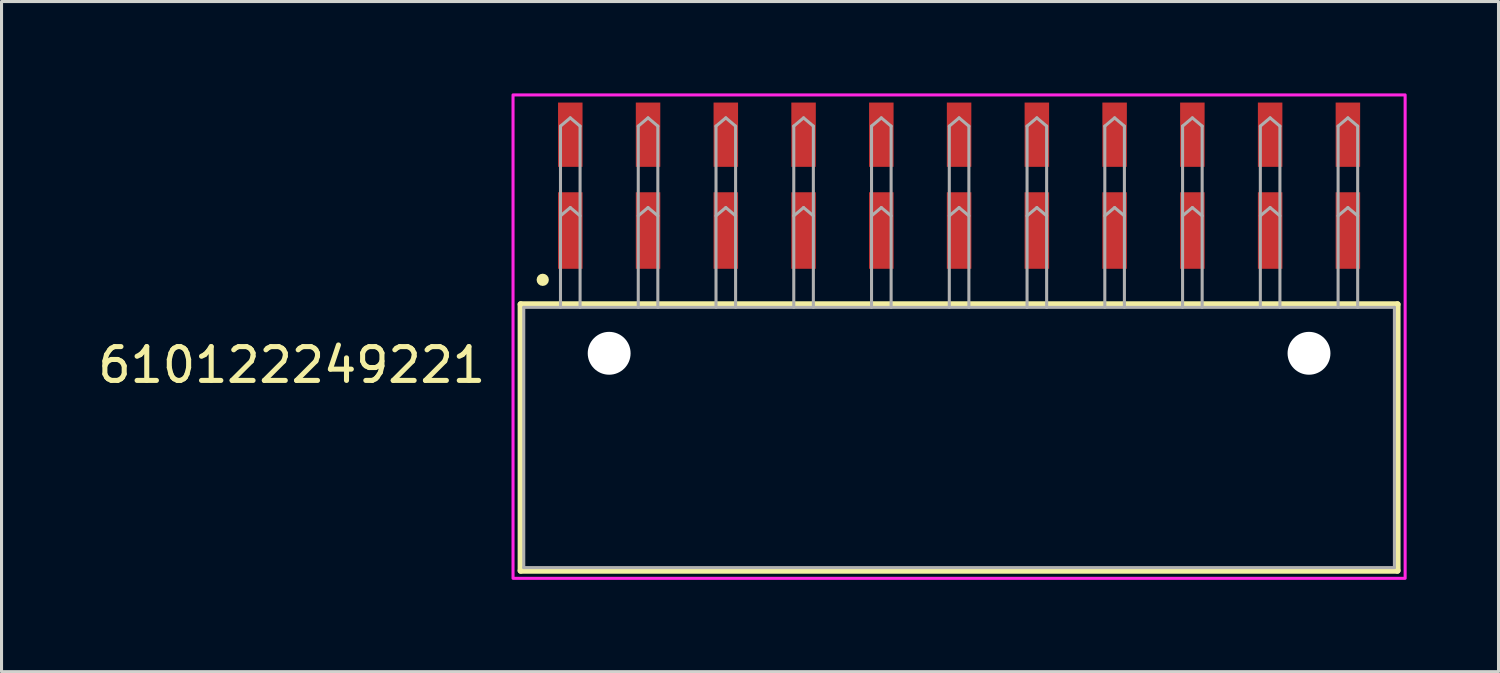
<source format=kicad_pcb>
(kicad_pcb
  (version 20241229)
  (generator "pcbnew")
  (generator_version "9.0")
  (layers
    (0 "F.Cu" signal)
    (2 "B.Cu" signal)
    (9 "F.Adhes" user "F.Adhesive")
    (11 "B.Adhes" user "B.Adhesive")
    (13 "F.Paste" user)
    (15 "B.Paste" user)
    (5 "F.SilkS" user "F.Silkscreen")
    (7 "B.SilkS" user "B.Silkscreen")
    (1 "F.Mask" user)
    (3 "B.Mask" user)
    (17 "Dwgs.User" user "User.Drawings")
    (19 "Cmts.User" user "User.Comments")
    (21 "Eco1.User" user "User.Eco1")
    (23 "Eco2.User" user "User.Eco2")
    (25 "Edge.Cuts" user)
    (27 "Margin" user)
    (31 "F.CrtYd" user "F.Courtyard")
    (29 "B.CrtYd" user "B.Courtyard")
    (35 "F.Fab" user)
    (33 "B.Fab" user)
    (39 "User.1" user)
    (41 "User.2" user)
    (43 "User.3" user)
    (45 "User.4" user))
  (footprint "610122249221"
    (layer "F.Cu")
    (at 28.278 11.24)
    (property "Reference" "610122249221" (at -15.376 -1.72 0) (unlocked yes) (layer "F.SilkS") (effects (font (size 1.105 1.105) (thickness 0.165)) (justify right bottom)))
    (fp_line (start -14.32 -4.35) (end 14.32 -4.35) (stroke (width 0.2) (type solid)) (layer "F.SilkS"))
    (fp_line (start -14.32 4.35) (end -14.32 -4.35) (stroke (width 0.2) (type solid)) (layer "F.SilkS"))
    (fp_line (start 14.32 -4.35) (end 14.32 4.35) (stroke (width 0.2) (type solid)) (layer "F.SilkS"))
    (fp_line (start 14.32 4.35) (end -14.32 4.35) (stroke (width 0.2) (type solid)) (layer "F.SilkS"))
    (fp_circle (center -13.6 -5.15) (end -13.5 -5.15) (stroke (width 0.2) (type solid)) (fill no) (layer "F.SilkS"))
    (fp_poly (pts (xy 14.57 4.6) (xy -14.57 4.6) (xy -14.57 -11.19) (xy 14.57 -11.19)) (stroke (width 0.1) (type default)) (fill no) (layer "F.CrtYd"))
    (fp_line (start -14.22 -4.25) (end -14.22 4.25) (stroke (width 0.1) (type solid)) (layer "F.Fab"))
    (fp_line (start -13.02 -10.17) (end -13.02 -4.25) (stroke (width 0.1) (type solid)) (layer "F.Fab"))
    (fp_line (start -13.02 -10.17) (end -12.7 -10.44) (stroke (width 0.1) (type solid)) (layer "F.Fab"))
    (fp_line (start -13.02 -7.24) (end -12.7 -7.51) (stroke (width 0.1) (type solid)) (layer "F.Fab"))
    (fp_line (start -12.7 -10.44) (end -12.38 -10.17) (stroke (width 0.1) (type solid)) (layer "F.Fab"))
    (fp_line (start -12.7 -7.51) (end -12.38 -7.24) (stroke (width 0.1) (type solid)) (layer "F.Fab"))
    (fp_line (start -12.38 -10.17) (end -12.38 -4.25) (stroke (width 0.1) (type solid)) (layer "F.Fab"))
    (fp_line (start -10.48 -10.17) (end -10.48 -4.25) (stroke (width 0.1) (type solid)) (layer "F.Fab"))
    (fp_line (start -10.48 -10.17) (end -10.16 -10.44) (stroke (width 0.1) (type solid)) (layer "F.Fab"))
    (fp_line (start -10.48 -7.24) (end -10.16 -7.51) (stroke (width 0.1) (type solid)) (layer "F.Fab"))
    (fp_line (start -10.16 -10.44) (end -9.84 -10.17) (stroke (width 0.1) (type solid)) (layer "F.Fab"))
    (fp_line (start -10.16 -7.51) (end -9.84 -7.24) (stroke (width 0.1) (type solid)) (layer "F.Fab"))
    (fp_line (start -9.84 -10.17) (end -9.84 -4.25) (stroke (width 0.1) (type solid)) (layer "F.Fab"))
    (fp_line (start -7.94 -10.17) (end -7.94 -4.25) (stroke (width 0.1) (type solid)) (layer "F.Fab"))
    (fp_line (start -7.94 -10.17) (end -7.62 -10.44) (stroke (width 0.1) (type solid)) (layer "F.Fab"))
    (fp_line (start -7.94 -7.24) (end -7.62 -7.51) (stroke (width 0.1) (type solid)) (layer "F.Fab"))
    (fp_line (start -7.62 -10.44) (end -7.3 -10.17) (stroke (width 0.1) (type solid)) (layer "F.Fab"))
    (fp_line (start -7.62 -7.51) (end -7.3 -7.24) (stroke (width 0.1) (type solid)) (layer "F.Fab"))
    (fp_line (start -7.3 -10.17) (end -7.3 -4.25) (stroke (width 0.1) (type solid)) (layer "F.Fab"))
    (fp_line (start -5.4 -10.17) (end -5.4 -4.25) (stroke (width 0.1) (type solid)) (layer "F.Fab"))
    (fp_line (start -5.4 -10.17) (end -5.08 -10.44) (stroke (width 0.1) (type solid)) (layer "F.Fab"))
    (fp_line (start -5.4 -7.24) (end -5.08 -7.51) (stroke (width 0.1) (type solid)) (layer "F.Fab"))
    (fp_line (start -5.08 -10.44) (end -4.76 -10.17) (stroke (width 0.1) (type solid)) (layer "F.Fab"))
    (fp_line (start -5.08 -7.51) (end -4.76 -7.24) (stroke (width 0.1) (type solid)) (layer "F.Fab"))
    (fp_line (start -4.76 -10.17) (end -4.76 -4.25) (stroke (width 0.1) (type solid)) (layer "F.Fab"))
    (fp_line (start -2.86 -10.17) (end -2.86 -4.25) (stroke (width 0.1) (type solid)) (layer "F.Fab"))
    (fp_line (start -2.86 -10.17) (end -2.54 -10.44) (stroke (width 0.1) (type solid)) (layer "F.Fab"))
    (fp_line (start -2.86 -7.24) (end -2.54 -7.51) (stroke (width 0.1) (type solid)) (layer "F.Fab"))
    (fp_line (start -2.54 -10.44) (end -2.22 -10.17) (stroke (width 0.1) (type solid)) (layer "F.Fab"))
    (fp_line (start -2.54 -7.51) (end -2.22 -7.24) (stroke (width 0.1) (type solid)) (layer "F.Fab"))
    (fp_line (start -2.22 -10.17) (end -2.22 -4.25) (stroke (width 0.1) (type solid)) (layer "F.Fab"))
    (fp_line (start -0.32 -10.17) (end -0.32 -4.25) (stroke (width 0.1) (type solid)) (layer "F.Fab"))
    (fp_line (start -0.32 -10.17) (end 0 -10.44) (stroke (width 0.1) (type solid)) (layer "F.Fab"))
    (fp_line (start -0.32 -7.24) (end 0 -7.51) (stroke (width 0.1) (type solid)) (layer "F.Fab"))
    (fp_line (start 0 -10.44) (end 0.32 -10.17) (stroke (width 0.1) (type solid)) (layer "F.Fab"))
    (fp_line (start 0 -7.51) (end 0.32 -7.24) (stroke (width 0.1) (type solid)) (layer "F.Fab"))
    (fp_line (start 0.32 -10.17) (end 0.32 -4.25) (stroke (width 0.1) (type solid)) (layer "F.Fab"))
    (fp_line (start 2.22 -10.17) (end 2.22 -4.25) (stroke (width 0.1) (type solid)) (layer "F.Fab"))
    (fp_line (start 2.22 -10.17) (end 2.54 -10.44) (stroke (width 0.1) (type solid)) (layer "F.Fab"))
    (fp_line (start 2.22 -7.24) (end 2.54 -7.51) (stroke (width 0.1) (type solid)) (layer "F.Fab"))
    (fp_line (start 2.22 -4.25) (end -14.22 -4.25) (stroke (width 0.1) (type solid)) (layer "F.Fab"))
    (fp_line (start 2.54 -10.44) (end 2.86 -10.17) (stroke (width 0.1) (type solid)) (layer "F.Fab"))
    (fp_line (start 2.54 -7.51) (end 2.86 -7.24) (stroke (width 0.1) (type solid)) (layer "F.Fab"))
    (fp_line (start 2.86 -10.17) (end 2.86 -4.25) (stroke (width 0.1) (type solid)) (layer "F.Fab"))
    (fp_line (start 2.86 -4.25) (end 2.22 -4.25) (stroke (width 0.1) (type solid)) (layer "F.Fab"))
    (fp_line (start 4.76 -10.17) (end 4.76 -4.25) (stroke (width 0.1) (type solid)) (layer "F.Fab"))
    (fp_line (start 4.76 -10.17) (end 5.08 -10.44) (stroke (width 0.1) (type solid)) (layer "F.Fab"))
    (fp_line (start 4.76 -7.24) (end 5.08 -7.51) (stroke (width 0.1) (type solid)) (layer "F.Fab"))
    (fp_line (start 5.08 -10.44) (end 5.4 -10.17) (stroke (width 0.1) (type solid)) (layer "F.Fab"))
    (fp_line (start 5.08 -7.51) (end 5.4 -7.24) (stroke (width 0.1) (type solid)) (layer "F.Fab"))
    (fp_line (start 5.4 -10.17) (end 5.4 -4.25) (stroke (width 0.1) (type solid)) (layer "F.Fab"))
    (fp_line (start 7.3 -10.17) (end 7.3 -4.25) (stroke (width 0.1) (type solid)) (layer "F.Fab"))
    (fp_line (start 7.3 -10.17) (end 7.62 -10.44) (stroke (width 0.1) (type solid)) (layer "F.Fab"))
    (fp_line (start 7.3 -7.24) (end 7.62 -7.51) (stroke (width 0.1) (type solid)) (layer "F.Fab"))
    (fp_line (start 7.62 -10.44) (end 7.94 -10.17) (stroke (width 0.1) (type solid)) (layer "F.Fab"))
    (fp_line (start 7.62 -7.51) (end 7.94 -7.24) (stroke (width 0.1) (type solid)) (layer "F.Fab"))
    (fp_line (start 7.94 -10.17) (end 7.94 -4.25) (stroke (width 0.1) (type solid)) (layer "F.Fab"))
    (fp_line (start 9.84 -10.17) (end 9.84 -4.25) (stroke (width 0.1) (type solid)) (layer "F.Fab"))
    (fp_line (start 9.84 -10.17) (end 10.16 -10.44) (stroke (width 0.1) (type solid)) (layer "F.Fab"))
    (fp_line (start 9.84 -7.24) (end 10.16 -7.51) (stroke (width 0.1) (type solid)) (layer "F.Fab"))
    (fp_line (start 10.16 -10.44) (end 10.48 -10.17) (stroke (width 0.1) (type solid)) (layer "F.Fab"))
    (fp_line (start 10.16 -7.51) (end 10.48 -7.24) (stroke (width 0.1) (type solid)) (layer "F.Fab"))
    (fp_line (start 10.48 -10.17) (end 10.48 -4.25) (stroke (width 0.1) (type solid)) (layer "F.Fab"))
    (fp_line (start 12.38 -10.17) (end 12.38 -4.25) (stroke (width 0.1) (type solid)) (layer "F.Fab"))
    (fp_line (start 12.38 -10.17) (end 12.7 -10.44) (stroke (width 0.1) (type solid)) (layer "F.Fab"))
    (fp_line (start 12.38 -7.24) (end 12.7 -7.51) (stroke (width 0.1) (type solid)) (layer "F.Fab"))
    (fp_line (start 12.7 -10.44) (end 13.02 -10.17) (stroke (width 0.1) (type solid)) (layer "F.Fab"))
    (fp_line (start 12.7 -7.51) (end 13.02 -7.24) (stroke (width 0.1) (type solid)) (layer "F.Fab"))
    (fp_line (start 13.02 -10.17) (end 13.02 -4.25) (stroke (width 0.1) (type solid)) (layer "F.Fab"))
    (fp_line (start 14.22 -4.25) (end 2.86 -4.25) (stroke (width 0.1) (type solid)) (layer "F.Fab"))
    (fp_line (start 14.22 -4.25) (end 14.22 4.25) (stroke (width 0.1) (type solid)) (layer "F.Fab"))
    (fp_line (start 14.22 4.25) (end -14.22 4.25) (stroke (width 0.1) (type solid)) (layer "F.Fab"))
    (pad "" np_thru_hole circle (at -11.43 -2.75) (size 1.4 1.4) (drill 1.4) (layers "*.Cu" "*.Mask"))
    (pad "" np_thru_hole circle (at 11.43 -2.75) (size 1.4 1.4) (drill 1.4) (layers "*.Cu" "*.Mask"))
    (pad "1" smd rect (at -12.7 -6.76 180) (size 0.8 2.5) (layers "F.Cu" "F.Mask" "F.Paste"))
    (pad "2" smd rect (at -12.7 -9.89 180) (size 0.8 2.1) (layers "F.Cu" "F.Mask" "F.Paste"))
    (pad "3" smd rect (at -10.16 -6.76 180) (size 0.8 2.5) (layers "F.Cu" "F.Mask" "F.Paste"))
    (pad "4" smd rect (at -10.16 -9.89 180) (size 0.8 2.1) (layers "F.Cu" "F.Mask" "F.Paste"))
    (pad "5" smd rect (at -7.62 -6.76 180) (size 0.8 2.5) (layers "F.Cu" "F.Mask" "F.Paste"))
    (pad "6" smd rect (at -7.62 -9.89 180) (size 0.8 2.1) (layers "F.Cu" "F.Mask" "F.Paste"))
    (pad "7" smd rect (at -5.08 -6.76 180) (size 0.8 2.5) (layers "F.Cu" "F.Mask" "F.Paste"))
    (pad "8" smd rect (at -5.08 -9.89 180) (size 0.8 2.1) (layers "F.Cu" "F.Mask" "F.Paste"))
    (pad "9" smd rect (at -2.54 -6.76 180) (size 0.8 2.5) (layers "F.Cu" "F.Mask" "F.Paste"))
    (pad "10" smd rect (at -2.54 -9.89 180) (size 0.8 2.1) (layers "F.Cu" "F.Mask" "F.Paste"))
    (pad "11" smd rect (at 0 -6.76 180) (size 0.8 2.5) (layers "F.Cu" "F.Mask" "F.Paste"))
    (pad "12" smd rect (at 0 -9.89 180) (size 0.8 2.1) (layers "F.Cu" "F.Mask" "F.Paste"))
    (pad "13" smd rect (at 2.54 -6.76 180) (size 0.8 2.5) (layers "F.Cu" "F.Mask" "F.Paste"))
    (pad "14" smd rect (at 2.54 -9.89 180) (size 0.8 2.1) (layers "F.Cu" "F.Mask" "F.Paste"))
    (pad "15" smd rect (at 5.08 -6.76 180) (size 0.8 2.5) (layers "F.Cu" "F.Mask" "F.Paste"))
    (pad "16" smd rect (at 5.08 -9.89 180) (size 0.8 2.1) (layers "F.Cu" "F.Mask" "F.Paste"))
    (pad "17" smd rect (at 7.62 -6.76 180) (size 0.8 2.5) (layers "F.Cu" "F.Mask" "F.Paste"))
    (pad "18" smd rect (at 7.62 -9.89 180) (size 0.8 2.1) (layers "F.Cu" "F.Mask" "F.Paste"))
    (pad "19" smd rect (at 10.16 -6.76 180) (size 0.8 2.5) (layers "F.Cu" "F.Mask" "F.Paste"))
    (pad "20" smd rect (at 10.16 -9.89 180) (size 0.8 2.1) (layers "F.Cu" "F.Mask" "F.Paste"))
    (pad "21" smd rect (at 12.7 -6.76 180) (size 0.8 2.5) (layers "F.Cu" "F.Mask" "F.Paste"))
    (pad "22" smd rect (at 12.7 -9.89 180) (size 0.8 2.1) (layers "F.Cu" "F.Mask" "F.Paste")))
  (gr_rect
    (start -3 -3)
    (end 45.898 18.89)
    (stroke (width 0.1) (type default))
    (fill no)
    (layer "Edge.Cuts")))
</source>
